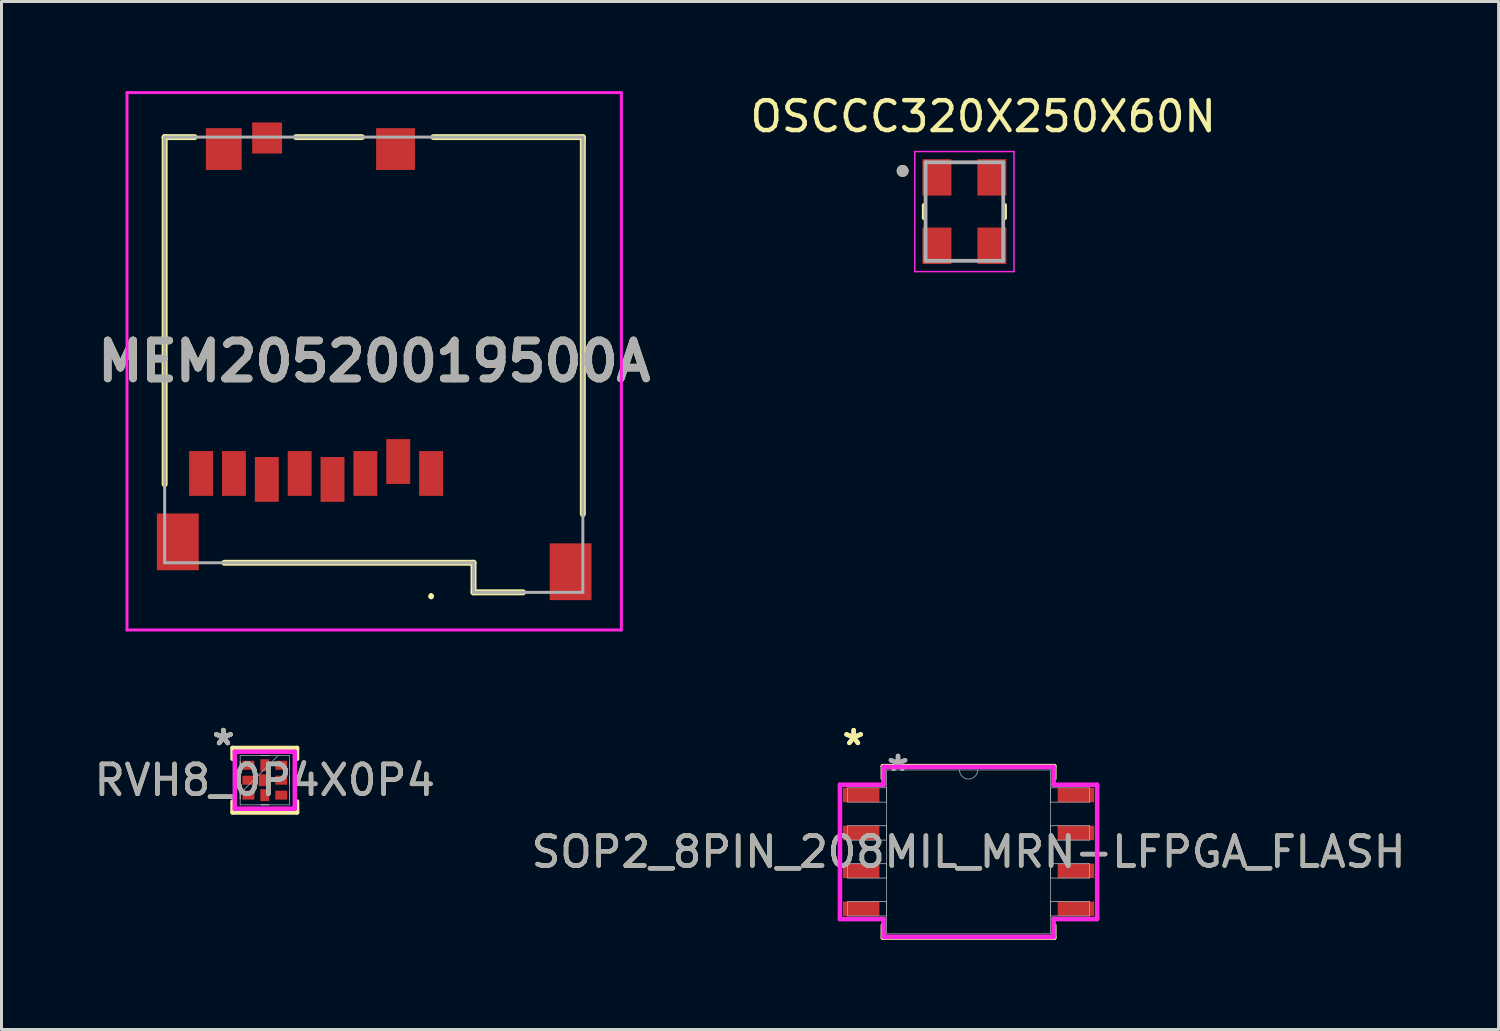
<source format=kicad_pcb>
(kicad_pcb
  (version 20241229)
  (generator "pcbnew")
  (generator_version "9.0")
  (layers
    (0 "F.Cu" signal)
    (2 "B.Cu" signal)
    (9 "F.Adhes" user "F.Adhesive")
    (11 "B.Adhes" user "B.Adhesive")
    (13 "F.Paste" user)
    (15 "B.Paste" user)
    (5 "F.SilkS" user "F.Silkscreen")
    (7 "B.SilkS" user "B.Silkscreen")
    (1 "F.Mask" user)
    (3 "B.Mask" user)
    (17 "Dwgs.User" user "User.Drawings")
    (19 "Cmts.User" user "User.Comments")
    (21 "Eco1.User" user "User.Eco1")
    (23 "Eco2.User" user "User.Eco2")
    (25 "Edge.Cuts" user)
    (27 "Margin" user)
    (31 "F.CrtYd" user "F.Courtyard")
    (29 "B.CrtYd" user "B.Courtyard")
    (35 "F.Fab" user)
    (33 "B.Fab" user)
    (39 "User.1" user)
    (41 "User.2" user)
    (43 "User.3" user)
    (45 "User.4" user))
  (footprint "OSCCC320X250X60N"
    (layer "F.Cu")
    (at 29.235 4.033)
    (property "Reference" "OSCCC320X250X60N" (at 0.629 -3.185 0) (layer "F.SilkS") (effects (font (size 1 1) (thickness 0.15))))
    (attr smd)
    (fp_line (start -1.36 -0.22) (end -1.36 0.22) (stroke (width 0.127) (type solid)) (layer "F.SilkS"))
    (fp_line (start 1.36 -0.22) (end 1.36 0.22) (stroke (width 0.127) (type solid)) (layer "F.SilkS"))
    (fp_circle (center -2.068 -1.361) (end -1.968 -1.361) (stroke (width 0.2) (type solid)) (fill no) (layer "F.SilkS"))
    (fp_line (start -1.66 -2.01) (end 1.66 -2.01) (stroke (width 0.05) (type solid)) (layer "F.CrtYd"))
    (fp_line (start -1.66 2.01) (end -1.66 -2.01) (stroke (width 0.05) (type solid)) (layer "F.CrtYd"))
    (fp_line (start 1.66 -2.01) (end 1.66 2.01) (stroke (width 0.05) (type solid)) (layer "F.CrtYd"))
    (fp_line (start 1.66 2.01) (end -1.66 2.01) (stroke (width 0.05) (type solid)) (layer "F.CrtYd"))
    (fp_line (start -1.3 -1.65) (end 1.3 -1.65) (stroke (width 0.127) (type solid)) (layer "F.Fab"))
    (fp_line (start -1.3 1.65) (end -1.3 -1.65) (stroke (width 0.127) (type solid)) (layer "F.Fab"))
    (fp_line (start 1.3 -1.65) (end 1.3 1.65) (stroke (width 0.127) (type solid)) (layer "F.Fab"))
    (fp_line (start 1.3 1.65) (end -1.3 1.65) (stroke (width 0.127) (type solid)) (layer "F.Fab"))
    (fp_circle (center -2.068 -1.361) (end -1.968 -1.361) (stroke (width 0.2) (type solid)) (fill no) (layer "F.Fab"))
    (pad "1" smd rect (at -0.92 -1.145) (size 0.97 1.22) (layers "F.Cu" "F.Mask" "F.Paste"))
    (pad "2" smd rect (at -0.92 1.145) (size 0.97 1.22) (layers "F.Cu" "F.Mask" "F.Paste"))
    (pad "3" smd rect (at 0.92 1.145) (size 0.97 1.22) (layers "F.Cu" "F.Mask" "F.Paste"))
    (pad "4" smd rect (at 0.92 -1.145) (size 0.97 1.22) (layers "F.Cu" "F.Mask" "F.Paste")))
  (footprint "MEM20520019500A"
    (layer "F.Cu")
    (at 9.477 9.165)
    (property "Reference" "MEM20520019500A" (at 0 -0.12 0) (layer "F.SilkS") (effects (font (size 1.27 1.27) (thickness 0.254))))
    (attr smd)
    (fp_line (start -7.015 -7.625) (end -7.015 3.995) (stroke (width 0.2) (type solid)) (layer "F.SilkS"))
    (fp_line (start -6.015 -7.625) (end -7.015 -7.625) (stroke (width 0.2) (type solid)) (layer "F.SilkS"))
    (fp_line (start -5.015 6.625) (end 3.325 6.625) (stroke (width 0.2) (type solid)) (layer "F.SilkS"))
    (fp_line (start -2.615 -7.625) (end -0.415 -7.625) (stroke (width 0.2) (type solid)) (layer "F.SilkS"))
    (fp_line (start 1.905 7.695) (end 1.905 7.695) (stroke (width 0.1) (type solid)) (layer "F.SilkS"))
    (fp_line (start 1.905 7.795) (end 1.905 7.795) (stroke (width 0.1) (type solid)) (layer "F.SilkS"))
    (fp_line (start 1.985 -7.625) (end 6.985 -7.625) (stroke (width 0.2) (type solid)) (layer "F.SilkS"))
    (fp_line (start 3.325 6.625) (end 3.325 7.615) (stroke (width 0.2) (type solid)) (layer "F.SilkS"))
    (fp_line (start 3.325 7.615) (end 4.985 7.615) (stroke (width 0.2) (type solid)) (layer "F.SilkS"))
    (fp_line (start 6.985 -7.625) (end 6.985 4.995) (stroke (width 0.2) (type solid)) (layer "F.SilkS"))
    (fp_arc (start 1.905 7.695) (mid 1.955 7.745) (end 1.905 7.795) (stroke (width 0.1) (type solid)) (layer "F.SilkS"))
    (fp_arc (start 1.905 7.795) (mid 1.855 7.745) (end 1.905 7.695) (stroke (width 0.1) (type solid)) (layer "F.SilkS"))
    (fp_line (start -8.275 -9.115) (end 8.275 -9.115) (stroke (width 0.1) (type solid)) (layer "F.CrtYd"))
    (fp_line (start -8.275 8.875) (end -8.275 -9.115) (stroke (width 0.1) (type solid)) (layer "F.CrtYd"))
    (fp_line (start 8.275 -9.115) (end 8.275 8.875) (stroke (width 0.1) (type solid)) (layer "F.CrtYd"))
    (fp_line (start 8.275 8.875) (end -8.275 8.875) (stroke (width 0.1) (type solid)) (layer "F.CrtYd"))
    (fp_line (start -7.015 -7.625) (end 6.985 -7.625) (stroke (width 0.1) (type solid)) (layer "F.Fab"))
    (fp_line (start -7.015 6.625) (end -7.015 -7.595) (stroke (width 0.1) (type solid)) (layer "F.Fab"))
    (fp_line (start 3.325 6.625) (end -7.015 6.625) (stroke (width 0.1) (type solid)) (layer "F.Fab"))
    (fp_line (start 3.325 7.615) (end 3.325 6.625) (stroke (width 0.1) (type solid)) (layer "F.Fab"))
    (fp_line (start 6.985 -7.625) (end 6.985 7.615) (stroke (width 0.1) (type solid)) (layer "F.Fab"))
    (fp_line (start 6.985 7.615) (end 3.325 7.615) (stroke (width 0.1) (type solid)) (layer "F.Fab"))
    (fp_text user "${REFERENCE}" (at 0 -0.12 0) (layer "F.Fab") (effects (font (size 1.27 1.27) (thickness 0.254))))
    (pad "1" smd rect (at 1.905 3.635) (size 0.8 1.5) (layers "F.Cu" "F.Mask" "F.Paste"))
    (pad "2" smd rect (at 0.805 3.235) (size 0.8 1.5) (layers "F.Cu" "F.Mask" "F.Paste"))
    (pad "3" smd rect (at -0.295 3.635) (size 0.8 1.5) (layers "F.Cu" "F.Mask" "F.Paste"))
    (pad "4" smd rect (at -1.395 3.835) (size 0.8 1.5) (layers "F.Cu" "F.Mask" "F.Paste"))
    (pad "5" smd rect (at -2.495 3.635) (size 0.8 1.5) (layers "F.Cu" "F.Mask" "F.Paste"))
    (pad "6" smd rect (at -3.595 3.835) (size 0.8 1.5) (layers "F.Cu" "F.Mask" "F.Paste"))
    (pad "7" smd rect (at -4.695 3.635) (size 0.8 1.5) (layers "F.Cu" "F.Mask" "F.Paste"))
    (pad "8" smd rect (at -5.795 3.635) (size 0.8 1.5) (layers "F.Cu" "F.Mask" "F.Paste"))
    (pad "9" smd rect (at -3.585 -7.595) (size 1 1.04) (layers "F.Cu" "F.Mask" "F.Paste"))
    (pad "G1" smd rect (at 6.575 6.925) (size 1.4 1.9) (layers "F.Cu" "F.Mask" "F.Paste"))
    (pad "G2" smd rect (at -6.575 5.925) (size 1.4 1.9) (layers "F.Cu" "F.Mask" "F.Paste"))
    (pad "G3" smd rect (at -5.035 -7.225) (size 1.2 1.4) (layers "F.Cu" "F.Mask" "F.Paste"))
    (pad "G4" smd rect (at 0.715 -7.225) (size 1.3 1.4) (layers "F.Cu" "F.Mask" "F.Paste")))
  (footprint "RVH8_0P4X0P4"
    (layer "F.Cu")
    (at 5.815 23.069)
    (property "Reference" "RVH8_0P4X0P4" (at 0 0 0) (unlocked yes) (layer "F.SilkS") (effects (font (size 1 1) (thickness 0.15))))
    (attr smd)
    (fp_poly (pts (xy -0.82 -0.72) (xy -0.82 -0.28) (xy -0.28 -0.28) (xy -0.28 -0.72)) (stroke (width 0) (type solid)) (fill yes) (layer "F.Mask"))
    (fp_poly (pts (xy -0.82 -0.22) (xy -0.82 0.22) (xy -0.28 0.22) (xy -0.28 -0.22)) (stroke (width 0) (type solid)) (fill yes) (layer "F.Mask"))
    (fp_poly (pts (xy -0.82 0.28) (xy -0.82 0.72) (xy -0.28 0.72) (xy -0.28 0.28)) (stroke (width 0) (type solid)) (fill yes) (layer "F.Mask"))
    (fp_poly (pts (xy -0.22 -0.77) (xy -0.22 -0.23) (xy 0.22 -0.23) (xy 0.22 -0.77)) (stroke (width 0) (type solid)) (fill yes) (layer "F.Mask"))
    (fp_poly (pts (xy -0.22 0.23) (xy -0.22 0.77) (xy 0.22 0.77) (xy 0.22 0.23)) (stroke (width 0) (type solid)) (fill yes) (layer "F.Mask"))
    (fp_poly (pts (xy 0.28 -0.72) (xy 0.28 -0.28) (xy 0.82 -0.28) (xy 0.82 -0.72)) (stroke (width 0) (type solid)) (fill yes) (layer "F.Mask"))
    (fp_poly (pts (xy 0.28 -0.22) (xy 0.28 0.22) (xy 0.82 0.22) (xy 0.82 -0.22)) (stroke (width 0) (type solid)) (fill yes) (layer "F.Mask"))
    (fp_poly (pts (xy 0.28 0.28) (xy 0.28 0.72) (xy 0.82 0.72) (xy 0.82 0.28)) (stroke (width 0) (type solid)) (fill yes) (layer "F.Mask"))
    (fp_line (start -1.079 -1.079) (end -1.079 -0.715) (stroke (width 0.152) (type solid)) (layer "F.SilkS"))
    (fp_line (start -1.079 0.715) (end -1.079 1.079) (stroke (width 0.152) (type solid)) (layer "F.SilkS"))
    (fp_line (start -1.079 1.079) (end 1.079 1.079) (stroke (width 0.152) (type solid)) (layer "F.SilkS"))
    (fp_line (start 1.079 -1.079) (end -1.079 -1.079) (stroke (width 0.152) (type solid)) (layer "F.SilkS"))
    (fp_line (start 1.079 -0.715) (end 1.079 -1.079) (stroke (width 0.152) (type solid)) (layer "F.SilkS"))
    (fp_line (start 1.079 1.079) (end 1.079 0.715) (stroke (width 0.152) (type solid)) (layer "F.SilkS"))
    (fp_poly (pts (xy -0.725 -0.625) (xy -0.725 -0.375) (xy -0.375 -0.375) (xy -0.375 -0.625)) (stroke (width 0) (type solid)) (fill yes) (layer "F.Paste"))
    (fp_poly (pts (xy -0.725 -0.125) (xy -0.725 0.125) (xy -0.375 0.125) (xy -0.375 -0.125)) (stroke (width 0) (type solid)) (fill yes) (layer "F.Paste"))
    (fp_poly (pts (xy -0.725 0.375) (xy -0.725 0.625) (xy -0.375 0.625) (xy -0.375 0.375)) (stroke (width 0) (type solid)) (fill yes) (layer "F.Paste"))
    (fp_poly (pts (xy -0.125 -0.675) (xy -0.125 -0.325) (xy 0.125 -0.325) (xy 0.125 -0.675)) (stroke (width 0) (type solid)) (fill yes) (layer "F.Paste"))
    (fp_poly (pts (xy -0.125 0.325) (xy -0.125 0.675) (xy 0.125 0.675) (xy 0.125 0.325)) (stroke (width 0) (type solid)) (fill yes) (layer "F.Paste"))
    (fp_poly (pts (xy 0.375 -0.625) (xy 0.375 -0.375) (xy 0.725 -0.375) (xy 0.725 -0.625)) (stroke (width 0) (type solid)) (fill yes) (layer "F.Paste"))
    (fp_poly (pts (xy 0.375 -0.125) (xy 0.375 0.125) (xy 0.725 0.125) (xy 0.725 -0.125)) (stroke (width 0) (type solid)) (fill yes) (layer "F.Paste"))
    (fp_poly (pts (xy 0.375 0.375) (xy 0.375 0.625) (xy 0.725 0.625) (xy 0.725 0.375)) (stroke (width 0) (type solid)) (fill yes) (layer "F.Paste"))
    (fp_line (start -1.004 -0.954) (end 1.004 -0.954) (stroke (width 0.152) (type solid)) (layer "F.CrtYd"))
    (fp_line (start -1.004 0.954) (end -1.004 -0.954) (stroke (width 0.152) (type solid)) (layer "F.CrtYd"))
    (fp_line (start 1.004 -0.954) (end 1.004 0.954) (stroke (width 0.152) (type solid)) (layer "F.CrtYd"))
    (fp_line (start 1.004 0.954) (end -1.004 0.954) (stroke (width 0.152) (type solid)) (layer "F.CrtYd"))
    (fp_line (start -0.825 -0.825) (end -0.825 0.825) (stroke (width 0.025) (type solid)) (layer "F.Fab"))
    (fp_line (start -0.825 -0.625) (end -0.825 -0.625) (stroke (width 0.025) (type solid)) (layer "F.Fab"))
    (fp_line (start -0.825 -0.625) (end -0.825 -0.375) (stroke (width 0.025) (type solid)) (layer "F.Fab"))
    (fp_line (start -0.825 -0.375) (end -0.825 -0.625) (stroke (width 0.025) (type solid)) (layer "F.Fab"))
    (fp_line (start -0.825 -0.375) (end -0.825 -0.375) (stroke (width 0.025) (type solid)) (layer "F.Fab"))
    (fp_line (start -0.825 -0.125) (end -0.825 -0.125) (stroke (width 0.025) (type solid)) (layer "F.Fab"))
    (fp_line (start -0.825 -0.125) (end -0.825 0.125) (stroke (width 0.025) (type solid)) (layer "F.Fab"))
    (fp_line (start -0.825 0.125) (end -0.825 -0.125) (stroke (width 0.025) (type solid)) (layer "F.Fab"))
    (fp_line (start -0.825 0.125) (end -0.825 0.125) (stroke (width 0.025) (type solid)) (layer "F.Fab"))
    (fp_line (start -0.825 0.375) (end -0.825 0.375) (stroke (width 0.025) (type solid)) (layer "F.Fab"))
    (fp_line (start -0.825 0.375) (end -0.825 0.625) (stroke (width 0.025) (type solid)) (layer "F.Fab"))
    (fp_line (start -0.825 0.445) (end 0.445 -0.825) (stroke (width 0.025) (type solid)) (layer "F.Fab"))
    (fp_line (start -0.825 0.625) (end -0.825 0.375) (stroke (width 0.025) (type solid)) (layer "F.Fab"))
    (fp_line (start -0.825 0.625) (end -0.825 0.625) (stroke (width 0.025) (type solid)) (layer "F.Fab"))
    (fp_line (start -0.825 0.825) (end 0.825 0.825) (stroke (width 0.025) (type solid)) (layer "F.Fab"))
    (fp_line (start -0.125 -0.825) (end -0.125 -0.825) (stroke (width 0.025) (type solid)) (layer "F.Fab"))
    (fp_line (start -0.125 -0.825) (end 0.125 -0.825) (stroke (width 0.025) (type solid)) (layer "F.Fab"))
    (fp_line (start -0.125 0.825) (end -0.125 0.825) (stroke (width 0.025) (type solid)) (layer "F.Fab"))
    (fp_line (start -0.125 0.825) (end 0.125 0.825) (stroke (width 0.025) (type solid)) (layer "F.Fab"))
    (fp_line (start 0.125 -0.825) (end -0.125 -0.825) (stroke (width 0.025) (type solid)) (layer "F.Fab"))
    (fp_line (start 0.125 -0.825) (end 0.125 -0.825) (stroke (width 0.025) (type solid)) (layer "F.Fab"))
    (fp_line (start 0.125 0.825) (end -0.125 0.825) (stroke (width 0.025) (type solid)) (layer "F.Fab"))
    (fp_line (start 0.125 0.825) (end 0.125 0.825) (stroke (width 0.025) (type solid)) (layer "F.Fab"))
    (fp_line (start 0.825 -0.825) (end -0.825 -0.825) (stroke (width 0.025) (type solid)) (layer "F.Fab"))
    (fp_line (start 0.825 -0.625) (end 0.825 -0.625) (stroke (width 0.025) (type solid)) (layer "F.Fab"))
    (fp_line (start 0.825 -0.625) (end 0.825 -0.375) (stroke (width 0.025) (type solid)) (layer "F.Fab"))
    (fp_line (start 0.825 -0.375) (end 0.825 -0.625) (stroke (width 0.025) (type solid)) (layer "F.Fab"))
    (fp_line (start 0.825 -0.375) (end 0.825 -0.375) (stroke (width 0.025) (type solid)) (layer "F.Fab"))
    (fp_line (start 0.825 -0.125) (end 0.825 -0.125) (stroke (width 0.025) (type solid)) (layer "F.Fab"))
    (fp_line (start 0.825 -0.125) (end 0.825 0.125) (stroke (width 0.025) (type solid)) (layer "F.Fab"))
    (fp_line (start 0.825 0.125) (end 0.825 -0.125) (stroke (width 0.025) (type solid)) (layer "F.Fab"))
    (fp_line (start 0.825 0.125) (end 0.825 0.125) (stroke (width 0.025) (type solid)) (layer "F.Fab"))
    (fp_line (start 0.825 0.375) (end 0.825 0.375) (stroke (width 0.025) (type solid)) (layer "F.Fab"))
    (fp_line (start 0.825 0.375) (end 0.825 0.625) (stroke (width 0.025) (type solid)) (layer "F.Fab"))
    (fp_line (start 0.825 0.625) (end 0.825 0.375) (stroke (width 0.025) (type solid)) (layer "F.Fab"))
    (fp_line (start 0.825 0.625) (end 0.825 0.625) (stroke (width 0.025) (type solid)) (layer "F.Fab"))
    (fp_line (start 0.825 0.825) (end 0.825 -0.825) (stroke (width 0.025) (type solid)) (layer "F.Fab"))
    (fp_text user "*" (at -1.385 -1.131 0) (unlocked yes) (layer "F.SilkS") (effects (font (size 1 1) (thickness 0.15))))
    (fp_text user "*" (at -1.385 -1.131 0) (layer "F.SilkS") (effects (font (size 1 1) (thickness 0.15))))
    (fp_text user "*" (at -1.385 -1.131 0) (unlocked yes) (layer "F.Fab") (effects (font (size 1 1) (thickness 0.15))))
    (fp_text user "${REFERENCE}" (at 0 0 0) (unlocked yes) (layer "F.Fab") (effects (font (size 1 1) (thickness 0.15))))
    (fp_text user "*" (at -1.385 -1.131 0) (layer "F.Fab") (effects (font (size 1 1) (thickness 0.15))))
    (pad "1" smd rect (at -0.55 -0.5 90) (size 0.3 0.4) (layers "F.Cu" "F.Mask"))
    (pad "2" smd rect (at -0.55 0 90) (size 0.3 0.4) (layers "F.Cu" "F.Mask"))
    (pad "3" smd rect (at -0.55 0.5 90) (size 0.3 0.4) (layers "F.Cu" "F.Mask"))
    (pad "4" smd rect (at 0 0.5) (size 0.3 0.4) (layers "F.Cu" "F.Mask"))
    (pad "5" smd rect (at 0.55 0.5 90) (size 0.3 0.4) (layers "F.Cu" "F.Mask"))
    (pad "6" smd rect (at 0.55 0 90) (size 0.3 0.4) (layers "F.Cu" "F.Mask"))
    (pad "7" smd rect (at 0.55 -0.5 90) (size 0.3 0.4) (layers "F.Cu" "F.Mask"))
    (pad "8" smd rect (at 0 -0.5) (size 0.3 0.4) (layers "F.Cu" "F.Mask"))
    (pad "9" smd rect (at 0 0) (size 0.4 0.4) (layers "F.Cu" "F.Mask")))
  (footprint "SOP2_8PIN_208MIL_MRN-LFPGA_FLASH"
    (layer "F.Cu")
    (at 29.375 25.469)
    (property "Reference" "SOP2_8PIN_208MIL_MRN-LFPGA_FLASH" (at 0 0 0) (unlocked yes) (layer "F.SilkS") (effects (font (size 1 1) (thickness 0.15))))
    (attr smd)
    (fp_line (start -2.87 -2.87) (end -2.87 -2.459) (stroke (width 0.152) (type solid)) (layer "F.SilkS"))
    (fp_line (start -2.87 2.459) (end -2.87 2.87) (stroke (width 0.152) (type solid)) (layer "F.SilkS"))
    (fp_line (start -2.87 2.87) (end 2.87 2.87) (stroke (width 0.152) (type solid)) (layer "F.SilkS"))
    (fp_line (start 2.87 -2.87) (end -2.87 -2.87) (stroke (width 0.152) (type solid)) (layer "F.SilkS"))
    (fp_line (start 2.87 -2.459) (end 2.87 -2.87) (stroke (width 0.152) (type solid)) (layer "F.SilkS"))
    (fp_line (start 2.87 2.87) (end 2.87 2.459) (stroke (width 0.152) (type solid)) (layer "F.SilkS"))
    (fp_line (start -4.305 -2.248) (end -2.845 -2.248) (stroke (width 0.152) (type solid)) (layer "F.CrtYd"))
    (fp_line (start -4.305 2.248) (end -4.305 -2.248) (stroke (width 0.152) (type solid)) (layer "F.CrtYd"))
    (fp_line (start -4.305 2.248) (end -2.845 2.248) (stroke (width 0.152) (type solid)) (layer "F.CrtYd"))
    (fp_line (start -2.845 -2.845) (end 2.845 -2.845) (stroke (width 0.152) (type solid)) (layer "F.CrtYd"))
    (fp_line (start -2.845 -2.248) (end -2.845 -2.845) (stroke (width 0.152) (type solid)) (layer "F.CrtYd"))
    (fp_line (start -2.845 2.845) (end -2.845 2.248) (stroke (width 0.152) (type solid)) (layer "F.CrtYd"))
    (fp_line (start 2.845 -2.845) (end 2.845 -2.248) (stroke (width 0.152) (type solid)) (layer "F.CrtYd"))
    (fp_line (start 2.845 2.248) (end 2.845 2.845) (stroke (width 0.152) (type solid)) (layer "F.CrtYd"))
    (fp_line (start 2.845 2.845) (end -2.845 2.845) (stroke (width 0.152) (type solid)) (layer "F.CrtYd"))
    (fp_line (start 4.305 -2.248) (end 2.845 -2.248) (stroke (width 0.152) (type solid)) (layer "F.CrtYd"))
    (fp_line (start 4.305 -2.248) (end 4.305 2.248) (stroke (width 0.152) (type solid)) (layer "F.CrtYd"))
    (fp_line (start 4.305 2.248) (end 2.845 2.248) (stroke (width 0.152) (type solid)) (layer "F.CrtYd"))
    (fp_line (start -4.051 -2.146) (end -4.051 -1.664) (stroke (width 0.025) (type solid)) (layer "F.Fab"))
    (fp_line (start -4.051 -1.664) (end -2.743 -1.664) (stroke (width 0.025) (type solid)) (layer "F.Fab"))
    (fp_line (start -4.051 -0.876) (end -4.051 -0.394) (stroke (width 0.025) (type solid)) (layer "F.Fab"))
    (fp_line (start -4.051 -0.394) (end -2.743 -0.394) (stroke (width 0.025) (type solid)) (layer "F.Fab"))
    (fp_line (start -4.051 0.394) (end -4.051 0.876) (stroke (width 0.025) (type solid)) (layer "F.Fab"))
    (fp_line (start -4.051 0.876) (end -2.743 0.876) (stroke (width 0.025) (type solid)) (layer "F.Fab"))
    (fp_line (start -4.051 1.664) (end -4.051 2.146) (stroke (width 0.025) (type solid)) (layer "F.Fab"))
    (fp_line (start -4.051 2.146) (end -2.743 2.146) (stroke (width 0.025) (type solid)) (layer "F.Fab"))
    (fp_line (start -2.743 -2.743) (end -2.743 2.743) (stroke (width 0.025) (type solid)) (layer "F.Fab"))
    (fp_line (start -2.743 -2.146) (end -4.051 -2.146) (stroke (width 0.025) (type solid)) (layer "F.Fab"))
    (fp_line (start -2.743 -1.664) (end -2.743 -2.146) (stroke (width 0.025) (type solid)) (layer "F.Fab"))
    (fp_line (start -2.743 -0.876) (end -4.051 -0.876) (stroke (width 0.025) (type solid)) (layer "F.Fab"))
    (fp_line (start -2.743 -0.394) (end -2.743 -0.876) (stroke (width 0.025) (type solid)) (layer "F.Fab"))
    (fp_line (start -2.743 0.394) (end -4.051 0.394) (stroke (width 0.025) (type solid)) (layer "F.Fab"))
    (fp_line (start -2.743 0.876) (end -2.743 0.394) (stroke (width 0.025) (type solid)) (layer "F.Fab"))
    (fp_line (start -2.743 1.664) (end -4.051 1.664) (stroke (width 0.025) (type solid)) (layer "F.Fab"))
    (fp_line (start -2.743 2.146) (end -2.743 1.664) (stroke (width 0.025) (type solid)) (layer "F.Fab"))
    (fp_line (start -2.743 2.743) (end 2.743 2.743) (stroke (width 0.025) (type solid)) (layer "F.Fab"))
    (fp_line (start 2.743 -2.743) (end -2.743 -2.743) (stroke (width 0.025) (type solid)) (layer "F.Fab"))
    (fp_line (start 2.743 -2.146) (end 2.743 -1.664) (stroke (width 0.025) (type solid)) (layer "F.Fab"))
    (fp_line (start 2.743 -1.664) (end 4.051 -1.664) (stroke (width 0.025) (type solid)) (layer "F.Fab"))
    (fp_line (start 2.743 -0.876) (end 2.743 -0.394) (stroke (width 0.025) (type solid)) (layer "F.Fab"))
    (fp_line (start 2.743 -0.394) (end 4.051 -0.394) (stroke (width 0.025) (type solid)) (layer "F.Fab"))
    (fp_line (start 2.743 0.394) (end 2.743 0.876) (stroke (width 0.025) (type solid)) (layer "F.Fab"))
    (fp_line (start 2.743 0.876) (end 4.051 0.876) (stroke (width 0.025) (type solid)) (layer "F.Fab"))
    (fp_line (start 2.743 1.664) (end 2.743 2.146) (stroke (width 0.025) (type solid)) (layer "F.Fab"))
    (fp_line (start 2.743 2.146) (end 4.051 2.146) (stroke (width 0.025) (type solid)) (layer "F.Fab"))
    (fp_line (start 2.743 2.743) (end 2.743 -2.743) (stroke (width 0.025) (type solid)) (layer "F.Fab"))
    (fp_line (start 4.051 -2.146) (end 2.743 -2.146) (stroke (width 0.025) (type solid)) (layer "F.Fab"))
    (fp_line (start 4.051 -1.664) (end 4.051 -2.146) (stroke (width 0.025) (type solid)) (layer "F.Fab"))
    (fp_line (start 4.051 -0.876) (end 2.743 -0.876) (stroke (width 0.025) (type solid)) (layer "F.Fab"))
    (fp_line (start 4.051 -0.394) (end 4.051 -0.876) (stroke (width 0.025) (type solid)) (layer "F.Fab"))
    (fp_line (start 4.051 0.394) (end 2.743 0.394) (stroke (width 0.025) (type solid)) (layer "F.Fab"))
    (fp_line (start 4.051 0.876) (end 4.051 0.394) (stroke (width 0.025) (type solid)) (layer "F.Fab"))
    (fp_line (start 4.051 1.664) (end 2.743 1.664) (stroke (width 0.025) (type solid)) (layer "F.Fab"))
    (fp_line (start 4.051 2.146) (end 4.051 1.664) (stroke (width 0.025) (type solid)) (layer "F.Fab"))
    (fp_arc (start 0.3048 -2.7432) (mid 0 -2.4384) (end -0.3048 -2.7432) (stroke (width 0.0254) (type solid)) (layer "F.Fab"))
    (fp_text user "*" (at -3.848 -3.531 0) (layer "F.SilkS") (effects (font (size 1 1) (thickness 0.15))))
    (fp_text user "*" (at -3.848 -3.531 0) (unlocked yes) (layer "F.SilkS") (effects (font (size 1 1) (thickness 0.15))))
    (fp_text user "*" (at -2.362 -2.667 0) (layer "F.Fab") (effects (font (size 1 1) (thickness 0.15))))
    (fp_text user "${REFERENCE}" (at 0 0 0) (unlocked yes) (layer "F.Fab") (effects (font (size 1 1) (thickness 0.15))))
    (fp_text user "*" (at -2.362 -2.667 0) (unlocked yes) (layer "F.Fab") (effects (font (size 1 1) (thickness 0.15))))
    (pad "1" smd rect (at -3.594 -1.905) (size 1.219 0.483) (layers "F.Cu" "F.Mask" "F.Paste"))
    (pad "2" smd rect (at -3.594 -0.635) (size 1.219 0.483) (layers "F.Cu" "F.Mask" "F.Paste"))
    (pad "3" smd rect (at -3.594 0.635) (size 1.219 0.483) (layers "F.Cu" "F.Mask" "F.Paste"))
    (pad "4" smd rect (at -3.594 1.905) (size 1.219 0.483) (layers "F.Cu" "F.Mask" "F.Paste"))
    (pad "5" smd rect (at 3.594 1.905) (size 1.219 0.483) (layers "F.Cu" "F.Mask" "F.Paste"))
    (pad "6" smd rect (at 3.594 0.635) (size 1.219 0.483) (layers "F.Cu" "F.Mask" "F.Paste"))
    (pad "7" smd rect (at 3.594 -0.635) (size 1.219 0.483) (layers "F.Cu" "F.Mask" "F.Paste"))
    (pad "8" smd rect (at 3.594 -1.905) (size 1.219 0.483) (layers "F.Cu" "F.Mask" "F.Paste")))
  (gr_rect
    (start -3 -3)
    (end 47.119 31.415)
    (stroke (width 0.1) (type default))
    (fill no)
    (layer "Edge.Cuts")))
</source>
